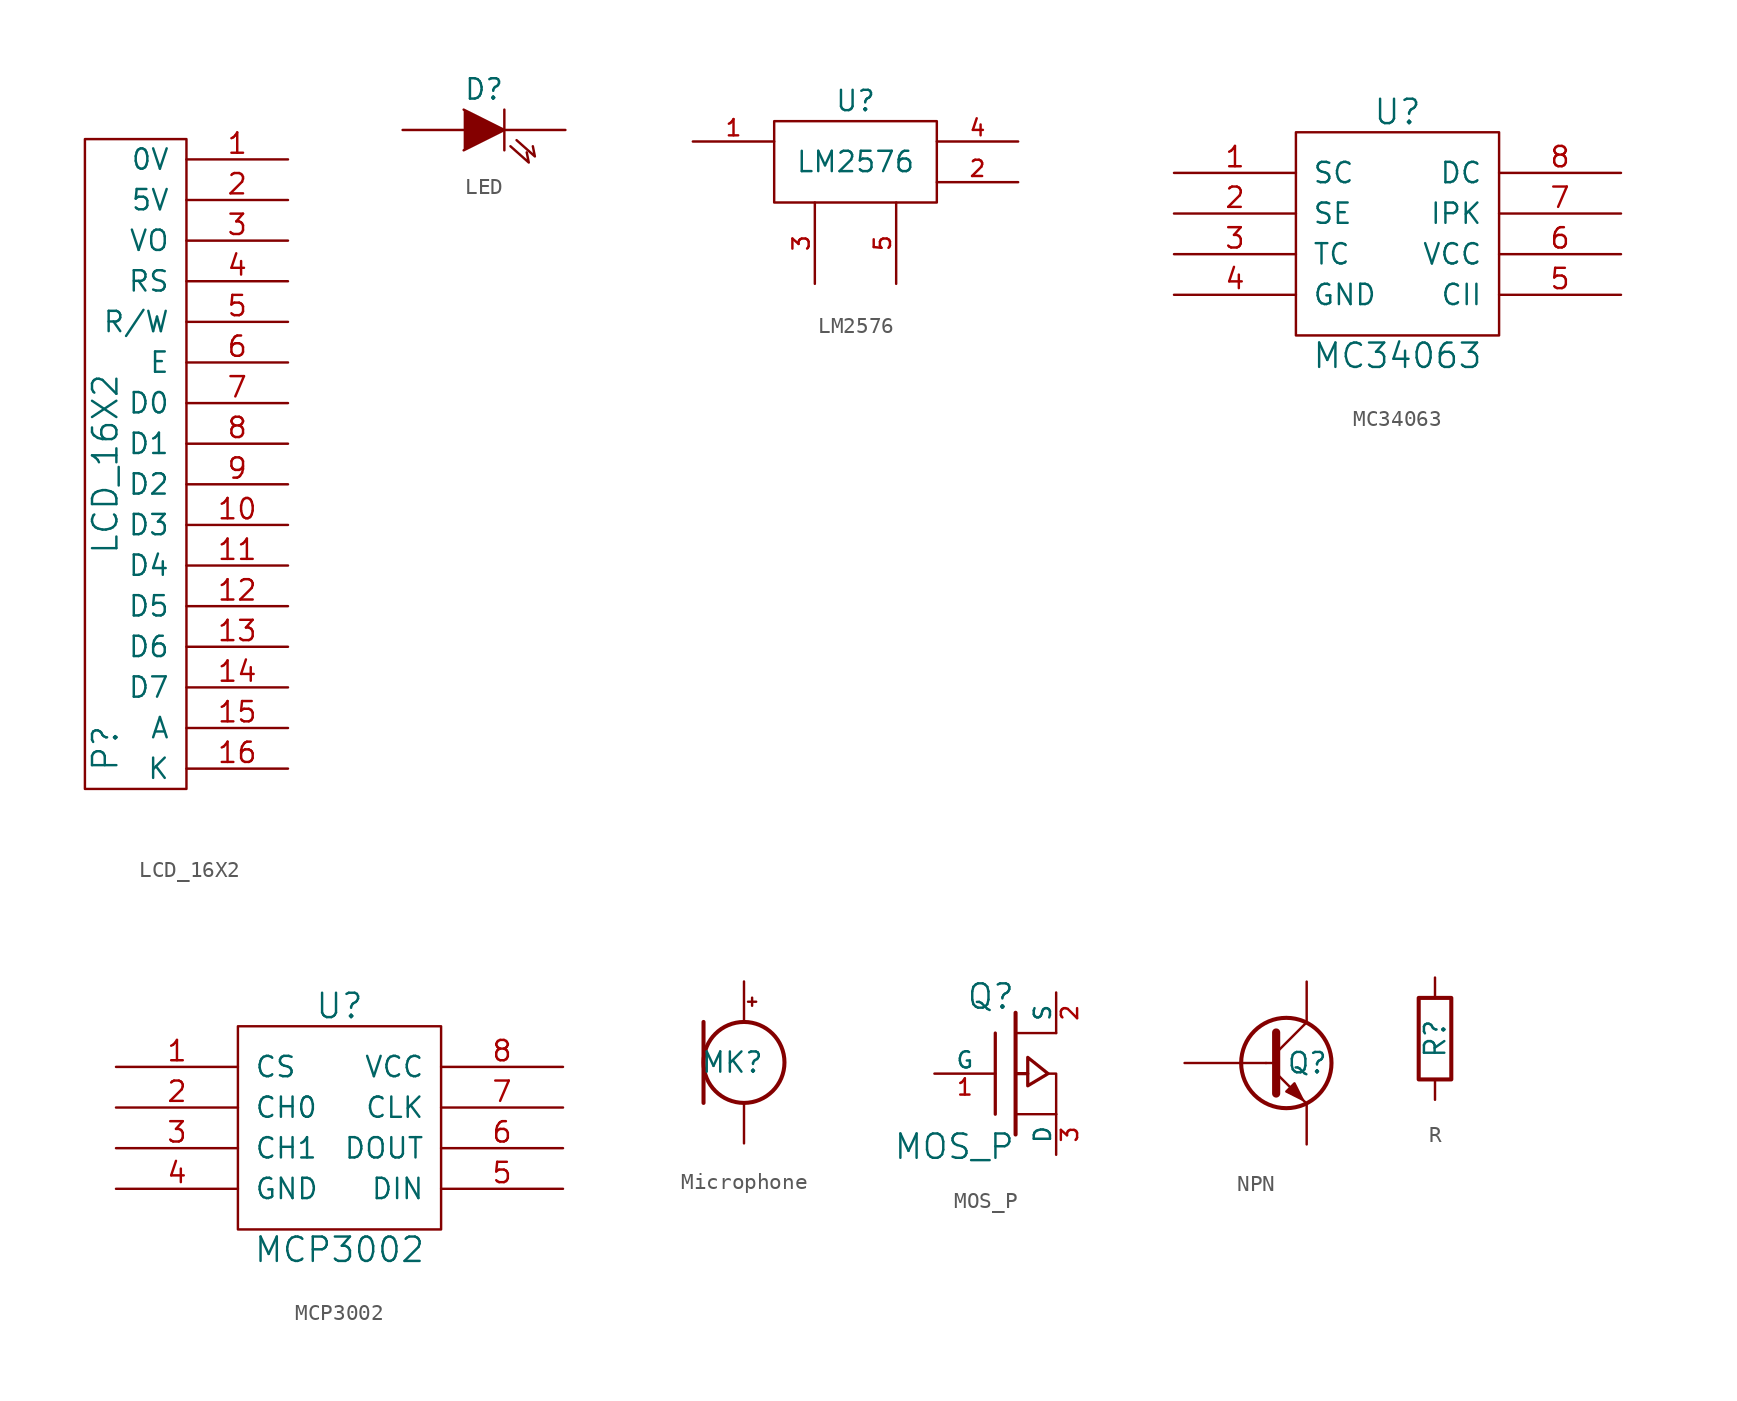
<source format=kicad_sym>
(kicad_symbol_lib
  (version 20211014)
  (generator kicad_symbol_editor)
  (symbol "LCD_16X2"
    (pin_names
      (offset 1.016))
    (property "Reference" "P"
      (at -1.27 -17.78 90)
      (effects (font (size 1.524 1.524))))
    (property "Value" "LCD_16X2"
      (at -1.27 0 90)
      (effects (font (size 1.524 1.524))))
    (property "Footprint" ""
      (at 0 0 0)
      (effects (font (size 1.524 1.524))))
    (property "Datasheet" ""
      (at 0 0 0)
      (effects (font (size 1.524 1.524))))
    (symbol "LCD_16X2_0_1"
      (rectangle (start -2.54 20.32) (end 3.81 -20.32) (stroke (width 0) (type default) (color 0 0 0 0)) (fill (type none))))
    (symbol "LCD_16X2_1_1"
      (pin passive line (at 10.16 19.05 180) (length 6.35) (name "0V" (effects (font (size 1.27 1.27)))) (number "1" (effects (font (size 1.27 1.27)))))
      (pin passive line (at 10.16 -3.81 180) (length 6.35) (name "D3" (effects (font (size 1.27 1.27)))) (number "10" (effects (font (size 1.27 1.27)))))
      (pin passive line (at 10.16 -6.35 180) (length 6.35) (name "D4" (effects (font (size 1.27 1.27)))) (number "11" (effects (font (size 1.27 1.27)))))
      (pin passive line (at 10.16 -8.89 180) (length 6.35) (name "D5" (effects (font (size 1.27 1.27)))) (number "12" (effects (font (size 1.27 1.27)))))
      (pin passive line (at 10.16 -11.43 180) (length 6.35) (name "D6" (effects (font (size 1.27 1.27)))) (number "13" (effects (font (size 1.27 1.27)))))
      (pin passive line (at 10.16 -13.97 180) (length 6.35) (name "D7" (effects (font (size 1.27 1.27)))) (number "14" (effects (font (size 1.27 1.27)))))
      (pin passive line (at 10.16 -16.51 180) (length 6.35) (name "A" (effects (font (size 1.27 1.27)))) (number "15" (effects (font (size 1.27 1.27)))))
      (pin passive line (at 10.16 -19.05 180) (length 6.35) (name "K" (effects (font (size 1.27 1.27)))) (number "16" (effects (font (size 1.27 1.27)))))
      (pin passive line (at 10.16 16.51 180) (length 6.35) (name "5V" (effects (font (size 1.27 1.27)))) (number "2" (effects (font (size 1.27 1.27)))))
      (pin passive line (at 10.16 13.97 180) (length 6.35) (name "VO" (effects (font (size 1.27 1.27)))) (number "3" (effects (font (size 1.27 1.27)))))
      (pin passive line (at 10.16 11.43 180) (length 6.35) (name "RS" (effects (font (size 1.27 1.27)))) (number "4" (effects (font (size 1.27 1.27)))))
      (pin passive line (at 10.16 8.89 180) (length 6.35) (name "R/W" (effects (font (size 1.27 1.27)))) (number "5" (effects (font (size 1.27 1.27)))))
      (pin passive line (at 10.16 6.35 180) (length 6.35) (name "E" (effects (font (size 1.27 1.27)))) (number "6" (effects (font (size 1.27 1.27)))))
      (pin passive line (at 10.16 3.81 180) (length 6.35) (name "D0" (effects (font (size 1.27 1.27)))) (number "7" (effects (font (size 1.27 1.27)))))
      (pin passive line (at 10.16 1.27 180) (length 6.35) (name "D1" (effects (font (size 1.27 1.27)))) (number "8" (effects (font (size 1.27 1.27)))))
      (pin passive line (at 10.16 -1.27 180) (length 6.35) (name "D2" (effects (font (size 1.27 1.27)))) (number "9" (effects (font (size 1.27 1.27)))))))
  (symbol "LED"
    (pin_numbers hide)
    (pin_names
      (offset 1.016) hide)
    (property "Reference" "D"
      (at 0 2.54 0)
      (effects (font (size 1.27 1.27))))
    (property "Footprint" ""
      (at 0 0 0)
      (effects (font (size 1.524 1.524))))
    (property "Datasheet" ""
      (at 0 0 0)
      (effects (font (size 1.524 1.524))))
    (symbol "LED_0_1"
      (polyline (pts (xy 1.27 1.27) (xy 1.27 -1.27)) (stroke (width 0) (type default) (color 0 0 0 0)) (fill (type none)))
      (polyline (pts (xy -1.27 1.27) (xy 1.27 0) (xy -1.27 -1.27)) (stroke (width 0) (type default) (color 0 0 0 0)) (fill (type outline)))
      (polyline (pts (xy 1.651 -1.016) (xy 2.794 -2.032) (xy 2.667 -1.397)) (stroke (width 0) (type default) (color 0 0 0 0)) (fill (type none)))
      (polyline (pts (xy 2.032 -0.635) (xy 3.175 -1.651) (xy 3.048 -1.016)) (stroke (width 0) (type default) (color 0 0 0 0)) (fill (type none))))
    (symbol "LED_1_1"
      (pin passive line (at -5.08 0 0) (length 3.81) (name "A" (effects (font (size 1.016 1.016)))) (number "1" (effects (font (size 1.016 1.016)))))
      (pin passive line (at 5.08 0 180) (length 3.81) (name "K" (effects (font (size 1.016 1.016)))) (number "2" (effects (font (size 1.016 1.016)))))))
  (symbol "LM2576"
    (pin_names
      (offset 1.016) hide)
    (property "Reference" "U"
      (at 0 3.81 0)
      (effects (font (size 1.27 1.27))))
    (property "Value" "LM2576"
      (at 0 0 0)
      (effects (font (size 1.27 1.27))))
    (property "Footprint" ""
      (at 0 0 0)
      (effects (font (size 1.524 1.524))))
    (property "Datasheet" ""
      (at 0 0 0)
      (effects (font (size 1.524 1.524))))
    (symbol "LM2576_0_1"
      (rectangle (start -5.08 2.54) (end 5.08 -2.54) (stroke (width 0) (type default) (color 0 0 0 0)) (fill (type none))))
    (symbol "LM2576_1_1"
      (pin input line (at -10.16 1.27 0) (length 5.08) (name "1" (effects (font (size 1.016 1.016)))) (number "1" (effects (font (size 1.016 1.016)))))
      (pin output line (at 10.16 -1.27 180) (length 5.08) (name "2" (effects (font (size 1.016 1.016)))) (number "2" (effects (font (size 1.016 1.016)))))
      (pin passive line (at -2.54 -7.62 90) (length 5.08) (name "3" (effects (font (size 1.016 1.016)))) (number "3" (effects (font (size 1.016 1.016)))))
      (pin input line (at 10.16 1.27 180) (length 5.08) (name "4" (effects (font (size 1.016 1.016)))) (number "4" (effects (font (size 1.016 1.016)))))
      (pin passive line (at 2.54 -7.62 90) (length 5.08) (name "5" (effects (font (size 1.016 1.016)))) (number "5" (effects (font (size 1.016 1.016)))))))
  (symbol "MC34063"
    (pin_names
      (offset 1.016))
    (property "Reference" "U"
      (at 0 7.62 0)
      (effects (font (size 1.524 1.524))))
    (property "Value" "MC34063"
      (at 0 -7.62 0)
      (effects (font (size 1.524 1.524))))
    (property "Footprint" ""
      (at 0 0 0)
      (effects (font (size 1.524 1.524))))
    (property "Datasheet" ""
      (at 0 0 0)
      (effects (font (size 1.524 1.524))))
    (symbol "MC34063_0_1"
      (rectangle (start -6.35 6.35) (end 6.35 -6.35) (stroke (width 0) (type default) (color 0 0 0 0)) (fill (type none))))
    (symbol "MC34063_1_1"
      (pin input line (at -13.97 3.81 0) (length 7.62) (name "SC" (effects (font (size 1.27 1.27)))) (number "1" (effects (font (size 1.27 1.27)))))
      (pin bidirectional line (at -13.97 1.27 0) (length 7.62) (name "SE" (effects (font (size 1.27 1.27)))) (number "2" (effects (font (size 1.27 1.27)))))
      (pin bidirectional line (at -13.97 -1.27 0) (length 7.62) (name "TC" (effects (font (size 1.27 1.27)))) (number "3" (effects (font (size 1.27 1.27)))))
      (pin input line (at -13.97 -3.81 0) (length 7.62) (name "GND" (effects (font (size 1.27 1.27)))) (number "4" (effects (font (size 1.27 1.27)))))
      (pin bidirectional line (at 13.97 -3.81 180) (length 7.62) (name "CII" (effects (font (size 1.27 1.27)))) (number "5" (effects (font (size 1.27 1.27)))))
      (pin bidirectional line (at 13.97 -1.27 180) (length 7.62) (name "VCC" (effects (font (size 1.27 1.27)))) (number "6" (effects (font (size 1.27 1.27)))))
      (pin bidirectional line (at 13.97 1.27 180) (length 7.62) (name "IPK" (effects (font (size 1.27 1.27)))) (number "7" (effects (font (size 1.27 1.27)))))
      (pin input line (at 13.97 3.81 180) (length 7.62) (name "DC" (effects (font (size 1.27 1.27)))) (number "8" (effects (font (size 1.27 1.27)))))))
  (symbol "MCP3002"
    (pin_names
      (offset 1.016))
    (property "Reference" "U"
      (at 0 7.62 0)
      (effects (font (size 1.524 1.524))))
    (property "Value" "MCP3002"
      (at 0 -7.62 0)
      (effects (font (size 1.524 1.524))))
    (property "Footprint" ""
      (at 0 0 0)
      (effects (font (size 1.524 1.524))))
    (property "Datasheet" ""
      (at 0 0 0)
      (effects (font (size 1.524 1.524))))
    (symbol "MCP3002_0_1"
      (rectangle (start -6.35 6.35) (end 6.35 -6.35) (stroke (width 0) (type default) (color 0 0 0 0)) (fill (type none))))
    (symbol "MCP3002_1_1"
      (pin input line (at -13.97 3.81 0) (length 7.62) (name "CS" (effects (font (size 1.27 1.27)))) (number "1" (effects (font (size 1.27 1.27)))))
      (pin bidirectional line (at -13.97 1.27 0) (length 7.62) (name "CH0" (effects (font (size 1.27 1.27)))) (number "2" (effects (font (size 1.27 1.27)))))
      (pin bidirectional line (at -13.97 -1.27 0) (length 7.62) (name "CH1" (effects (font (size 1.27 1.27)))) (number "3" (effects (font (size 1.27 1.27)))))
      (pin input line (at -13.97 -3.81 0) (length 7.62) (name "GND" (effects (font (size 1.27 1.27)))) (number "4" (effects (font (size 1.27 1.27)))))
      (pin bidirectional line (at 13.97 -3.81 180) (length 7.62) (name "DIN" (effects (font (size 1.27 1.27)))) (number "5" (effects (font (size 1.27 1.27)))))
      (pin bidirectional line (at 13.97 -1.27 180) (length 7.62) (name "DOUT" (effects (font (size 1.27 1.27)))) (number "6" (effects (font (size 1.27 1.27)))))
      (pin bidirectional line (at 13.97 1.27 180) (length 7.62) (name "CLK" (effects (font (size 1.27 1.27)))) (number "7" (effects (font (size 1.27 1.27)))))
      (pin input line (at 13.97 3.81 180) (length 7.62) (name "VCC" (effects (font (size 1.27 1.27)))) (number "8" (effects (font (size 1.27 1.27)))))))
  (symbol "Microphone"
    (pin_numbers hide)
    (pin_names
      (offset 0.025) hide)
    (property "Reference" "MK"
      (at 1.27 0 0)
      (effects (font (size 1.27 1.27)) (justify right)))
    (symbol "Microphone_0_1"
      (polyline (pts (xy -2.54 2.54) (xy -2.54 -2.54)) (stroke (width 0.254) (type default) (color 0 0 0 0)) (fill (type none)))
      (polyline (pts (xy 0.254 3.81) (xy 0.762 3.81)) (stroke (width 0) (type default) (color 0 0 0 0)) (fill (type none)))
      (polyline (pts (xy 0.508 4.064) (xy 0.508 3.556)) (stroke (width 0) (type default) (color 0 0 0 0)) (fill (type none)))
      (circle (center 0 0) (radius 2.54) (stroke (width 0.254) (type default) (color 0 0 0 0)) (fill (type none))))
    (symbol "Microphone_1_1"
      (pin passive line (at 0 5.08 270) (length 2.54) (name "+" (effects (font (size 1.27 1.27)))) (number "1" (effects (font (size 1.27 1.27)))))
      (pin passive line (at 0 -5.08 90) (length 2.54) (name "-" (effects (font (size 1.27 1.27)))) (number "2" (effects (font (size 1.27 1.27)))))))
  (symbol "MOS_P"
    (pin_names
      (offset 0))
    (property "Reference" "Q"
      (at 0 4.826 0)
      (effects (font (size 1.524 1.524)) (justify right)))
    (property "Value" "MOS_P"
      (at 0 -4.572 0)
      (effects (font (size 1.524 1.524)) (justify right)))
    (property "Footprint" ""
      (at 0 0 0)
      (effects (font (size 1.524 1.524))))
    (property "Datasheet" ""
      (at 0 0 0)
      (effects (font (size 1.524 1.524))))
    (symbol "MOS_P_0_1"
      (polyline (pts (xy -1.27 -2.54) (xy -1.27 2.54)) (stroke (width 0.203) (type default) (color 0 0 0 0)) (fill (type none)))
      (polyline (pts (xy 0 -3.81) (xy 0 3.81)) (stroke (width 0.254) (type default) (color 0 0 0 0)) (fill (type none)))
      (polyline (pts (xy 0.762 0) (xy 0 0)) (stroke (width 0.203) (type default) (color 0 0 0 0)) (fill (type none)))
      (polyline (pts (xy 2.54 -2.54) (xy 0 -2.54)) (stroke (width 0) (type default) (color 0 0 0 0)) (fill (type none)))
      (polyline (pts (xy 2.54 2.54) (xy 0 2.54)) (stroke (width 0) (type default) (color 0 0 0 0)) (fill (type none)))
      (polyline (pts (xy 2.032 0) (xy 2.54 0) (xy 2.54 -2.54)) (stroke (width 0) (type default) (color 0 0 0 0)) (fill (type none)))
      (polyline (pts (xy 0.762 1.016) (xy 0.762 -0.762) (xy 2.032 0) (xy 0.762 1.016) (xy 0.762 1.016)) (stroke (width 0.203) (type default) (color 0 0 0 0)) (fill (type none))))
    (symbol "MOS_P_1_1"
      (pin input line (at -5.08 0 0) (length 3.81) (name "G" (effects (font (size 1.016 1.016)))) (number "1" (effects (font (size 1.016 1.016)))))
      (pin passive line (at 2.54 5.08 270) (length 2.54) (name "S" (effects (font (size 1.016 1.016)))) (number "2" (effects (font (size 1.016 1.016)))))
      (pin passive line (at 2.54 -5.08 90) (length 2.54) (name "D" (effects (font (size 1.016 1.016)))) (number "3" (effects (font (size 1.016 1.016)))))))
  (symbol "NPN"
    (pin_numbers hide)
    (pin_names
      (offset 0) hide)
    (property "Reference" "Q"
      (at 1.27 0 0)
      (effects (font (size 1.27 1.27)) (justify left)))
    (property "Datasheet" ""
      (at 0 0 0)
      (effects (font (size 1.27 1.27)) (justify left)))
    (symbol "NPN_0_1"
      (polyline (pts (xy 0 0) (xy 0.635 0)) (stroke (width 0) (type default) (color 0 0 0 0)) (fill (type none)))
      (polyline (pts (xy 0.635 0.635) (xy 2.54 2.54)) (stroke (width 0) (type default) (color 0 0 0 0)) (fill (type none)))
      (polyline (pts (xy 0.635 -0.635) (xy 2.54 -2.54) (xy 2.54 -2.54)) (stroke (width 0) (type default) (color 0 0 0 0)) (fill (type none)))
      (polyline (pts (xy 0.635 1.905) (xy 0.635 -1.905) (xy 0.635 -1.905)) (stroke (width 0.508) (type default) (color 0 0 0 0)) (fill (type none)))
      (polyline (pts (xy 1.27 -1.778) (xy 1.778 -1.27) (xy 2.286 -2.286) (xy 1.27 -1.778) (xy 1.27 -1.778)) (stroke (width 0) (type default) (color 0 0 0 0)) (fill (type outline)))
      (circle (center 1.27 0) (radius 2.819) (stroke (width 0.254) (type default) (color 0 0 0 0)) (fill (type none))))
    (symbol "NPN_1_1"
      (pin passive line (at 2.54 5.08 270) (length 2.54) (name "C" (effects (font (size 1.27 1.27)))) (number "1" (effects (font (size 1.27 1.27)))))
      (pin input line (at -5.08 0 0) (length 5.08) (name "B" (effects (font (size 1.27 1.27)))) (number "2" (effects (font (size 1.27 1.27)))))
      (pin passive line (at 2.54 -5.08 90) (length 2.54) (name "E" (effects (font (size 1.27 1.27)))) (number "3" (effects (font (size 1.27 1.27)))))))
  (symbol "R"
    (pin_numbers hide)
    (pin_names
      (offset 0) hide)
    (property "Reference" "R"
      (at 0 0 90)
      (effects (font (size 1.27 1.27))))
    (symbol "R_0_1"
      (rectangle (start -1.016 -2.54) (end 1.016 2.54) (stroke (width 0.254) (type default) (color 0 0 0 0)) (fill (type none))))
    (symbol "R_1_1"
      (pin passive line (at 0 3.81 270) (length 1.27) (name "~" (effects (font (size 1.27 1.27)))) (number "1" (effects (font (size 1.27 1.27)))))
      (pin passive line (at 0 -3.81 90) (length 1.27) (name "~" (effects (font (size 1.27 1.27)))) (number "2" (effects (font (size 1.27 1.27))))))))
</source>
